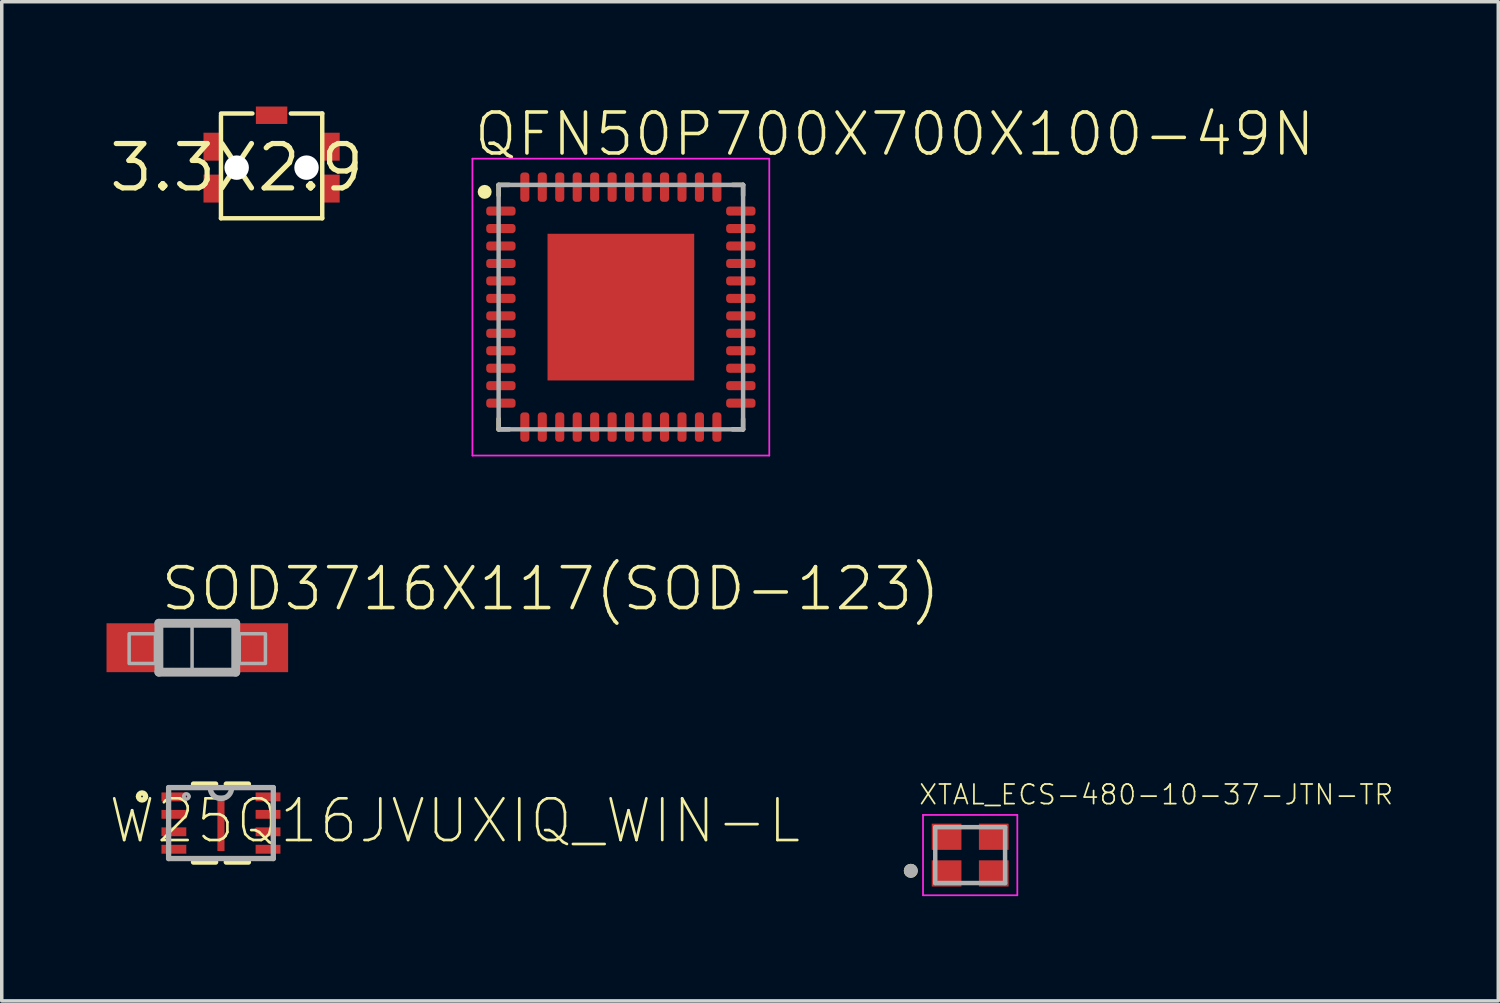
<source format=kicad_pcb>
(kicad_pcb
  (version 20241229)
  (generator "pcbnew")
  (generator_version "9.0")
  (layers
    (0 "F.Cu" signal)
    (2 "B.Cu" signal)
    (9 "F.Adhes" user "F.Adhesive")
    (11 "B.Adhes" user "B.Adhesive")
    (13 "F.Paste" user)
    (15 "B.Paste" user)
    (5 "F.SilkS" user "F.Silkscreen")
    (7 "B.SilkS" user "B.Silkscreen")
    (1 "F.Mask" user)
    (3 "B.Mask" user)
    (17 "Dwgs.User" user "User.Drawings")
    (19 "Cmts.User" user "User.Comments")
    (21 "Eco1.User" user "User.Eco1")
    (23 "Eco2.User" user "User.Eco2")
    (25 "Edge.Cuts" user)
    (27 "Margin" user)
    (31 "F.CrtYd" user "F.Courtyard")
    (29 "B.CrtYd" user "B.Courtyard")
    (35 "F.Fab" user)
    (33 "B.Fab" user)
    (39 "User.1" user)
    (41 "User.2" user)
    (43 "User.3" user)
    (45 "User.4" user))
  (footprint "QFN50P700X700X100-49N"
    (layer "F.Cu")
    (at 14.728 5.744)
    (property "Reference" "QFN50P700X700X100-49N" (at -4.265 -4.265 0) (layer "F.SilkS") (effects (font (size 1.173 1.173) (thickness 0.102)) (justify left bottom)))
    (fp_line (start -3.5 -3.5) (end -3.5 -3.2) (stroke (width 0.127) (type solid)) (layer "F.SilkS"))
    (fp_line (start -3.5 -3.5) (end -3.2 -3.5) (stroke (width 0.127) (type solid)) (layer "F.SilkS"))
    (fp_line (start -3.5 3.5) (end -3.5 3.2) (stroke (width 0.127) (type solid)) (layer "F.SilkS"))
    (fp_line (start -3.5 3.5) (end -3.2 3.5) (stroke (width 0.127) (type solid)) (layer "F.SilkS"))
    (fp_line (start 3.5 -3.5) (end 3.2 -3.5) (stroke (width 0.127) (type solid)) (layer "F.SilkS"))
    (fp_line (start 3.5 -3.5) (end 3.5 -3.2) (stroke (width 0.127) (type solid)) (layer "F.SilkS"))
    (fp_line (start 3.5 3.5) (end 3.2 3.5) (stroke (width 0.127) (type solid)) (layer "F.SilkS"))
    (fp_line (start 3.5 3.5) (end 3.5 3.2) (stroke (width 0.127) (type solid)) (layer "F.SilkS"))
    (fp_circle (center -3.9 -3.3) (end -3.8 -3.3) (stroke (width 0.2) (type solid)) (fill no) (layer "F.SilkS"))
    (fp_poly (pts (xy -0.315 -0.307) (xy -0.315 -1.805) (xy -1.803 -1.805) (xy -1.803 -0.307)) (stroke (width 0) (type solid)) (fill yes) (layer "F.Paste"))
    (fp_poly (pts (xy -0.31 0.31) (xy -1.801 0.31) (xy -1.801 1.801) (xy -0.31 1.801)) (stroke (width 0) (type solid)) (fill yes) (layer "F.Paste"))
    (fp_poly (pts (xy 0.307 0.314) (xy 0.307 1.803) (xy 1.804 1.803) (xy 1.804 0.314)) (stroke (width 0) (type solid)) (fill yes) (layer "F.Paste"))
    (fp_poly (pts (xy 0.31 -0.31) (xy 1.8 -0.31) (xy 1.8 -1.8) (xy 0.31 -1.8)) (stroke (width 0) (type solid)) (fill yes) (layer "F.Paste"))
    (fp_line (start -4.25 -4.25) (end 4.25 -4.25) (stroke (width 0.05) (type solid)) (layer "F.CrtYd"))
    (fp_line (start -4.25 4.25) (end -4.25 -4.25) (stroke (width 0.05) (type solid)) (layer "F.CrtYd"))
    (fp_line (start 4.25 -4.25) (end 4.25 4.25) (stroke (width 0.05) (type solid)) (layer "F.CrtYd"))
    (fp_line (start 4.25 4.25) (end -4.25 4.25) (stroke (width 0.05) (type solid)) (layer "F.CrtYd"))
    (fp_line (start -3.5 -3.5) (end 3.5 -3.5) (stroke (width 0.127) (type solid)) (layer "F.Fab"))
    (fp_line (start -3.5 3.5) (end -3.5 -3.5) (stroke (width 0.127) (type solid)) (layer "F.Fab"))
    (fp_line (start 3.5 -3.5) (end 3.5 3.5) (stroke (width 0.127) (type solid)) (layer "F.Fab"))
    (fp_line (start 3.5 3.5) (end -3.5 3.5) (stroke (width 0.127) (type solid)) (layer "F.Fab"))
    (pad "1" smd roundrect (at -3.435 -2.75) (size 0.84 0.26) (layers "F.Cu" "F.Mask" "F.Paste") (roundrect_rratio 0.35))
    (pad "2" smd roundrect (at -3.435 -2.25) (size 0.84 0.26) (layers "F.Cu" "F.Mask" "F.Paste") (roundrect_rratio 0.35))
    (pad "3" smd roundrect (at -3.435 -1.75) (size 0.84 0.26) (layers "F.Cu" "F.Mask" "F.Paste") (roundrect_rratio 0.35))
    (pad "4" smd roundrect (at -3.435 -1.25) (size 0.84 0.26) (layers "F.Cu" "F.Mask" "F.Paste") (roundrect_rratio 0.35))
    (pad "5" smd roundrect (at -3.435 -0.75) (size 0.84 0.26) (layers "F.Cu" "F.Mask" "F.Paste") (roundrect_rratio 0.35))
    (pad "6" smd roundrect (at -3.435 -0.25) (size 0.84 0.26) (layers "F.Cu" "F.Mask" "F.Paste") (roundrect_rratio 0.35))
    (pad "7" smd roundrect (at -3.435 0.25) (size 0.84 0.26) (layers "F.Cu" "F.Mask" "F.Paste") (roundrect_rratio 0.35))
    (pad "8" smd roundrect (at -3.435 0.75) (size 0.84 0.26) (layers "F.Cu" "F.Mask" "F.Paste") (roundrect_rratio 0.35))
    (pad "9" smd roundrect (at -3.435 1.25) (size 0.84 0.26) (layers "F.Cu" "F.Mask" "F.Paste") (roundrect_rratio 0.35))
    (pad "10" smd roundrect (at -3.435 1.75) (size 0.84 0.26) (layers "F.Cu" "F.Mask" "F.Paste") (roundrect_rratio 0.35))
    (pad "11" smd roundrect (at -3.435 2.25) (size 0.84 0.26) (layers "F.Cu" "F.Mask" "F.Paste") (roundrect_rratio 0.35))
    (pad "12" smd roundrect (at -3.435 2.75) (size 0.84 0.26) (layers "F.Cu" "F.Mask" "F.Paste") (roundrect_rratio 0.35))
    (pad "13" smd roundrect (at -2.75 3.435 90) (size 0.84 0.26) (layers "F.Cu" "F.Mask" "F.Paste") (roundrect_rratio 0.35))
    (pad "14" smd roundrect (at -2.25 3.435 90) (size 0.84 0.26) (layers "F.Cu" "F.Mask" "F.Paste") (roundrect_rratio 0.35))
    (pad "15" smd roundrect (at -1.75 3.435 90) (size 0.84 0.26) (layers "F.Cu" "F.Mask" "F.Paste") (roundrect_rratio 0.35))
    (pad "16" smd roundrect (at -1.25 3.435 90) (size 0.84 0.26) (layers "F.Cu" "F.Mask" "F.Paste") (roundrect_rratio 0.35))
    (pad "17" smd roundrect (at -0.75 3.435 90) (size 0.84 0.26) (layers "F.Cu" "F.Mask" "F.Paste") (roundrect_rratio 0.35))
    (pad "18" smd roundrect (at -0.25 3.435 90) (size 0.84 0.26) (layers "F.Cu" "F.Mask" "F.Paste") (roundrect_rratio 0.35))
    (pad "19" smd roundrect (at 0.25 3.435 90) (size 0.84 0.26) (layers "F.Cu" "F.Mask" "F.Paste") (roundrect_rratio 0.35))
    (pad "20" smd roundrect (at 0.75 3.435 90) (size 0.84 0.26) (layers "F.Cu" "F.Mask" "F.Paste") (roundrect_rratio 0.35))
    (pad "21" smd roundrect (at 1.25 3.435 90) (size 0.84 0.26) (layers "F.Cu" "F.Mask" "F.Paste") (roundrect_rratio 0.35))
    (pad "22" smd roundrect (at 1.75 3.435 90) (size 0.84 0.26) (layers "F.Cu" "F.Mask" "F.Paste") (roundrect_rratio 0.35))
    (pad "23" smd roundrect (at 2.25 3.435 90) (size 0.84 0.26) (layers "F.Cu" "F.Mask" "F.Paste") (roundrect_rratio 0.35))
    (pad "24" smd roundrect (at 2.75 3.435 90) (size 0.84 0.26) (layers "F.Cu" "F.Mask" "F.Paste") (roundrect_rratio 0.35))
    (pad "25" smd roundrect (at 3.435 2.75 180) (size 0.84 0.26) (layers "F.Cu" "F.Mask" "F.Paste") (roundrect_rratio 0.35))
    (pad "26" smd roundrect (at 3.435 2.25 180) (size 0.84 0.26) (layers "F.Cu" "F.Mask" "F.Paste") (roundrect_rratio 0.35))
    (pad "27" smd roundrect (at 3.435 1.75 180) (size 0.84 0.26) (layers "F.Cu" "F.Mask" "F.Paste") (roundrect_rratio 0.35))
    (pad "28" smd roundrect (at 3.435 1.25 180) (size 0.84 0.26) (layers "F.Cu" "F.Mask" "F.Paste") (roundrect_rratio 0.35))
    (pad "29" smd roundrect (at 3.435 0.75 180) (size 0.84 0.26) (layers "F.Cu" "F.Mask" "F.Paste") (roundrect_rratio 0.35))
    (pad "30" smd roundrect (at 3.435 0.25 180) (size 0.84 0.26) (layers "F.Cu" "F.Mask" "F.Paste") (roundrect_rratio 0.35))
    (pad "31" smd roundrect (at 3.435 -0.25 180) (size 0.84 0.26) (layers "F.Cu" "F.Mask" "F.Paste") (roundrect_rratio 0.35))
    (pad "32" smd roundrect (at 3.435 -0.75 180) (size 0.84 0.26) (layers "F.Cu" "F.Mask" "F.Paste") (roundrect_rratio 0.35))
    (pad "33" smd roundrect (at 3.435 -1.25 180) (size 0.84 0.26) (layers "F.Cu" "F.Mask" "F.Paste") (roundrect_rratio 0.35))
    (pad "34" smd roundrect (at 3.435 -1.75 180) (size 0.84 0.26) (layers "F.Cu" "F.Mask" "F.Paste") (roundrect_rratio 0.35))
    (pad "35" smd roundrect (at 3.435 -2.25 180) (size 0.84 0.26) (layers "F.Cu" "F.Mask" "F.Paste") (roundrect_rratio 0.35))
    (pad "36" smd roundrect (at 3.435 -2.75 180) (size 0.84 0.26) (layers "F.Cu" "F.Mask" "F.Paste") (roundrect_rratio 0.35))
    (pad "37" smd roundrect (at 2.75 -3.435 270) (size 0.84 0.26) (layers "F.Cu" "F.Mask" "F.Paste") (roundrect_rratio 0.35))
    (pad "38" smd roundrect (at 2.25 -3.435 270) (size 0.84 0.26) (layers "F.Cu" "F.Mask" "F.Paste") (roundrect_rratio 0.35))
    (pad "39" smd roundrect (at 1.75 -3.435 270) (size 0.84 0.26) (layers "F.Cu" "F.Mask" "F.Paste") (roundrect_rratio 0.35))
    (pad "40" smd roundrect (at 1.25 -3.435 270) (size 0.84 0.26) (layers "F.Cu" "F.Mask" "F.Paste") (roundrect_rratio 0.35))
    (pad "41" smd roundrect (at 0.75 -3.435 270) (size 0.84 0.26) (layers "F.Cu" "F.Mask" "F.Paste") (roundrect_rratio 0.35))
    (pad "42" smd roundrect (at 0.25 -3.435 270) (size 0.84 0.26) (layers "F.Cu" "F.Mask" "F.Paste") (roundrect_rratio 0.35))
    (pad "43" smd roundrect (at -0.25 -3.435 270) (size 0.84 0.26) (layers "F.Cu" "F.Mask" "F.Paste") (roundrect_rratio 0.35))
    (pad "44" smd roundrect (at -0.75 -3.435 270) (size 0.84 0.26) (layers "F.Cu" "F.Mask" "F.Paste") (roundrect_rratio 0.35))
    (pad "45" smd roundrect (at -1.25 -3.435 270) (size 0.84 0.26) (layers "F.Cu" "F.Mask" "F.Paste") (roundrect_rratio 0.35))
    (pad "46" smd roundrect (at -1.75 -3.435 270) (size 0.84 0.26) (layers "F.Cu" "F.Mask" "F.Paste") (roundrect_rratio 0.35))
    (pad "47" smd roundrect (at -2.25 -3.435 270) (size 0.84 0.26) (layers "F.Cu" "F.Mask" "F.Paste") (roundrect_rratio 0.35))
    (pad "48" smd roundrect (at -2.75 -3.435 270) (size 0.84 0.26) (layers "F.Cu" "F.Mask" "F.Paste") (roundrect_rratio 0.35))
    (pad "49" smd rect (at 0 0) (size 4.2 4.2) (layers "F.Cu" "F.Mask")))
  (footprint "W25Q16JVUXIQ_WIN-L"
    (layer "F.Cu")
    (at 3.277 20.518)
    (property "Reference" "W25Q16JVUXIQ_WIN-L" (at -3.277 0.635 0) (layer "F.SilkS") (effects (font (size 1.194 1.194) (thickness 0.076)) (justify left bottom)))
    (fp_line (start -0.787 1.118) (end -0.152 1.118) (stroke (width 0.152) (type solid)) (layer "F.SilkS"))
    (fp_line (start -0.152 -1.118) (end -0.787 -1.118) (stroke (width 0.152) (type solid)) (layer "F.SilkS"))
    (fp_line (start 0.152 1.118) (end 0.787 1.118) (stroke (width 0.152) (type solid)) (layer "F.SilkS"))
    (fp_line (start 0.787 -1.118) (end 0.152 -1.118) (stroke (width 0.152) (type solid)) (layer "F.SilkS"))
    (fp_arc (start -2.3622 -0.762) (mid -2.2606 -0.8636) (end -2.159 -0.762) (stroke (width 0.1524) (type solid)) (layer "F.SilkS"))
    (fp_arc (start -2.159 -0.762) (mid -2.2606 -0.6604) (end -2.3622 -0.762) (stroke (width 0.1524) (type solid)) (layer "F.SilkS"))
    (fp_line (start -1.499 -1.016) (end -1.499 1.016) (stroke (width 0.152) (type solid)) (layer "F.Fab"))
    (fp_line (start -1.499 1.016) (end 1.499 1.016) (stroke (width 0.152) (type solid)) (layer "F.Fab"))
    (fp_line (start 0.305 -1.016) (end -1.499 -1.016) (stroke (width 0.152) (type solid)) (layer "F.Fab"))
    (fp_line (start 1.499 -1.016) (end 0.305 -1.016) (stroke (width 0.152) (type solid)) (layer "F.Fab"))
    (fp_line (start 1.499 1.016) (end 1.499 -1.016) (stroke (width 0.152) (type solid)) (layer "F.Fab"))
    (fp_arc (start -1.0668 -0.762) (mid -0.9906 -0.8382) (end -0.9144 -0.762) (stroke (width 0.1) (type solid)) (layer "F.Fab"))
    (fp_arc (start -0.9144 -0.762) (mid -0.9906 -0.6858) (end -1.0668 -0.762) (stroke (width 0.1) (type solid)) (layer "F.Fab"))
    (fp_arc (start 0.3048 -1.016) (mid 0.0127 -0.6985) (end -0.3048 -0.9906) (stroke (width 0.1524) (type solid)) (layer "F.Fab"))
    (pad "1" smd rect (at -1.348 -0.75) (size 0.711 0.254) (layers "F.Cu" "F.Mask" "F.Paste"))
    (pad "2" smd rect (at -1.348 -0.25) (size 0.711 0.254) (layers "F.Cu" "F.Mask" "F.Paste"))
    (pad "3" smd rect (at -1.348 0.25) (size 0.711 0.254) (layers "F.Cu" "F.Mask" "F.Paste"))
    (pad "4" smd rect (at -1.348 0.75) (size 0.711 0.254) (layers "F.Cu" "F.Mask" "F.Paste"))
    (pad "5" smd rect (at 1.348 0.75) (size 0.711 0.254) (layers "F.Cu" "F.Mask" "F.Paste"))
    (pad "6" smd rect (at 1.348 0.25) (size 0.711 0.254) (layers "F.Cu" "F.Mask" "F.Paste"))
    (pad "7" smd rect (at 1.348 -0.25) (size 0.711 0.254) (layers "F.Cu" "F.Mask" "F.Paste"))
    (pad "8" smd rect (at 1.348 -0.75) (size 0.711 0.254) (layers "F.Cu" "F.Mask" "F.Paste"))
    (pad "9" smd rect (at 0 0) (size 0.203 1.6) (layers "F.Cu" "F.Mask" "F.Paste")))
  (footprint "XTAL_ECS-480-10-37-JTN-TR"
    (layer "F.Cu")
    (at 24.73 21.435)
    (property "Reference" "XTAL_ECS-480-10-37-JTN-TR" (at -1.503 -1.403 0) (layer "F.SilkS") (effects (font (size 0.562 0.562) (thickness 0.049)) (justify left bottom)))
    (fp_circle (center -1.7 0.45) (end -1.6 0.45) (stroke (width 0.2) (type solid)) (fill no) (layer "F.SilkS"))
    (fp_line (start -1.35 -1.15) (end -1.35 1.15) (stroke (width 0.05) (type solid)) (layer "F.CrtYd"))
    (fp_line (start -1.35 1.15) (end 1.35 1.15) (stroke (width 0.05) (type solid)) (layer "F.CrtYd"))
    (fp_line (start 1.35 -1.15) (end -1.35 -1.15) (stroke (width 0.05) (type solid)) (layer "F.CrtYd"))
    (fp_line (start 1.35 1.15) (end 1.35 -1.15) (stroke (width 0.05) (type solid)) (layer "F.CrtYd"))
    (fp_line (start -1 -0.8) (end -1 0.8) (stroke (width 0.127) (type solid)) (layer "F.Fab"))
    (fp_line (start -1 0.8) (end 1 0.8) (stroke (width 0.127) (type solid)) (layer "F.Fab"))
    (fp_line (start 1 -0.8) (end -1 -0.8) (stroke (width 0.127) (type solid)) (layer "F.Fab"))
    (fp_line (start 1 0.8) (end 1 -0.8) (stroke (width 0.127) (type solid)) (layer "F.Fab"))
    (fp_circle (center -1.7 0.45) (end -1.6 0.45) (stroke (width 0.2) (type solid)) (fill no) (layer "F.Fab"))
    (pad "1" smd rect (at -0.675 0.525) (size 0.85 0.75) (layers "F.Cu" "F.Mask" "F.Paste"))
    (pad "2" smd rect (at 0.675 0.525) (size 0.85 0.75) (layers "F.Cu" "F.Mask" "F.Paste"))
    (pad "3" smd rect (at 0.675 -0.525) (size 0.85 0.75) (layers "F.Cu" "F.Mask" "F.Paste"))
    (pad "4" smd rect (at -0.675 -0.525) (size 0.85 0.75) (layers "F.Cu" "F.Mask" "F.Paste")))
  (footprint "3.3X2.9"
    (layer "F.Cu")
    (at 3.727 1.75)
    (property "Reference" "3.3X2.9" (at 0 0 0) (layer "F.SilkS") (effects (font (size 1.27 1.27) (thickness 0.15))))
    (fp_line (start -0.45 -1.55) (end 0.45 -1.55) (stroke (width 0.127) (type solid)) (layer "F.SilkS"))
    (fp_line (start -0.45 1.45) (end -0.45 -1.5) (stroke (width 0.127) (type solid)) (layer "F.SilkS"))
    (fp_line (start 2.45 -1.55) (end 1.55 -1.55) (stroke (width 0.127) (type solid)) (layer "F.SilkS"))
    (fp_line (start 2.45 -1.55) (end 2.45 1.45) (stroke (width 0.127) (type solid)) (layer "F.SilkS"))
    (fp_line (start 2.45 1.45) (end -0.45 1.45) (stroke (width 0.127) (type solid)) (layer "F.SilkS"))
    (pad "" np_thru_hole circle (at 0 0) (size 0.7 0.7) (drill 0.7) (layers "*.Cu" "*.Mask"))
    (pad "" np_thru_hole circle (at 2 0) (size 0.7 0.7) (drill 0.7) (layers "*.Cu" "*.Mask"))
    (pad "A" smd rect (at -0.7 0.6) (size 0.5 0.8) (layers "F.Cu" "F.Mask" "F.Paste"))
    (pad "B" smd rect (at 1 -1.5) (size 0.9 0.5) (layers "F.Cu" "F.Mask" "F.Paste"))
    (pad "B2" smd rect (at 2.7 -0.6) (size 0.5 0.8) (layers "F.Cu" "F.Mask" "F.Paste"))
    (pad "B3" smd rect (at 2.7 0.6) (size 0.5 0.8) (layers "F.Cu" "F.Mask" "F.Paste"))
    (pad "GND" smd rect (at -0.7 -0.6) (size 0.5 0.8) (layers "F.Cu" "F.Mask" "F.Paste")))
  (footprint "SOD3716X117(SOD-123)"
    (layer "F.Cu")
    (at 2.6 15.548)
    (property "Reference" "SOD3716X117(SOD-123)" (at -1.102 -1.053 0) (layer "F.SilkS") (effects (font (size 1.171 1.171) (thickness 0.102)) (justify left bottom)))
    (fp_line (start -1.1 -0.751) (end 1.1 -0.751) (stroke (width 0.254) (type solid)) (layer "F.Fab"))
    (fp_line (start -1.1 0.649) (end -1.1 -0.751) (stroke (width 0.254) (type solid)) (layer "F.Fab"))
    (fp_line (start 1.1 -0.751) (end 1.1 0.649) (stroke (width 0.254) (type solid)) (layer "F.Fab"))
    (fp_line (start 1.1 0.649) (end -1.1 0.649) (stroke (width 0.254) (type solid)) (layer "F.Fab"))
    (fp_poly (pts (xy -1.952 0.4) (xy -1.2 0.4) (xy -1.2 -0.451) (xy -1.952 -0.451)) (stroke (width 0.1) (type solid)) (fill no) (layer "F.Fab"))
    (fp_poly (pts (xy -1.05 0.599) (xy -0.15 0.599) (xy -0.15 -0.751) (xy -1.05 -0.751)) (stroke (width 0.1) (type solid)) (fill no) (layer "F.Fab"))
    (fp_poly (pts (xy 1.201 0.4) (xy 1.95 0.4) (xy 1.95 -0.451) (xy 1.201 -0.451)) (stroke (width 0.1) (type solid)) (fill no) (layer "F.Fab"))
    (pad "1" smd rect (at -1.9 -0.051) (size 1.4 1.4) (layers "F.Cu" "F.Mask" "F.Paste"))
    (pad "2" smd rect (at 1.9 -0.051) (size 1.4 1.4) (layers "F.Cu" "F.Mask" "F.Paste")))
  (gr_rect
    (start -3 -3)
    (end 39.852 25.61)
    (stroke (width 0.1) (type default))
    (fill no)
    (layer "Edge.Cuts")))
</source>
